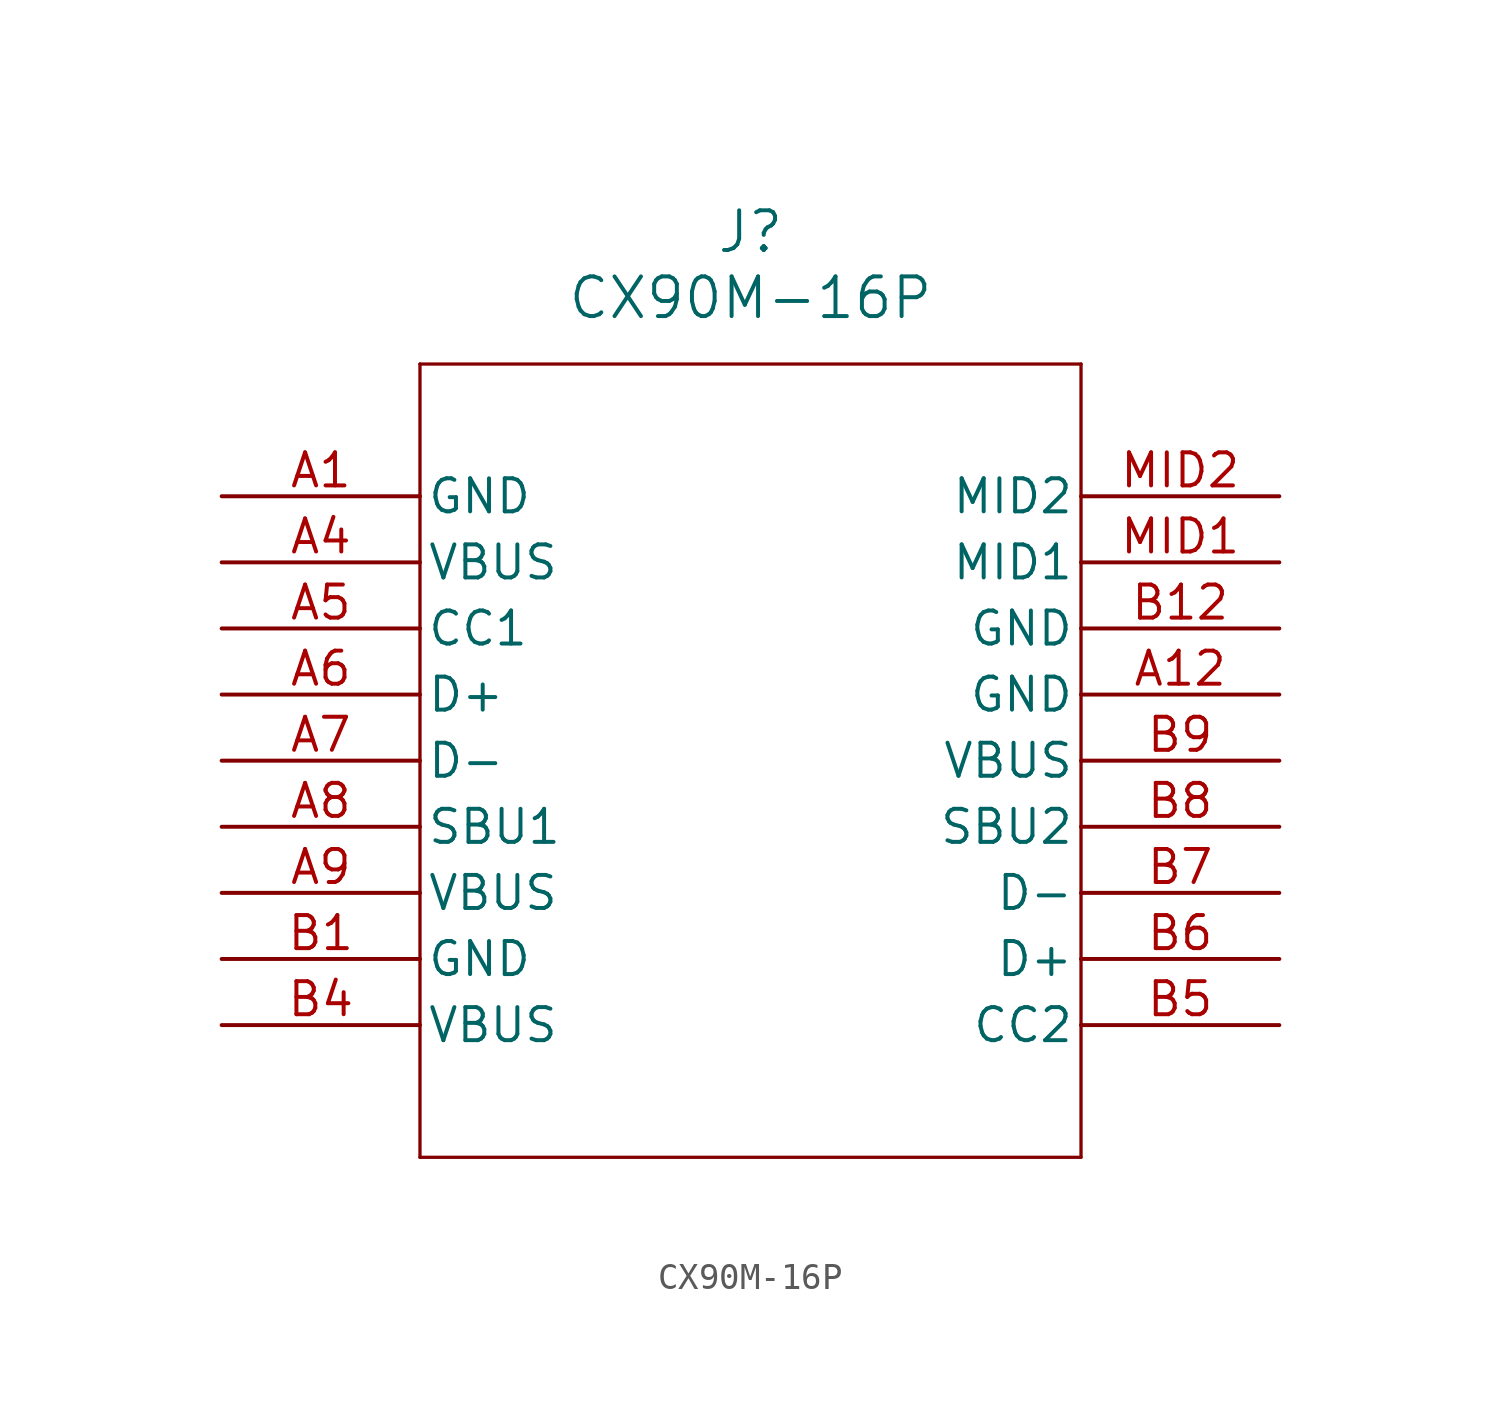
<source format=kicad_sym>
(kicad_symbol_lib
  (version 20211014)
  (generator kicad_symbol_editor)
  (symbol "CX90M-16P"
    (pin_names
      (offset 0.254))
    (property "Reference" "J"
      (at 20.32 10.16 0)
      (effects (font (size 1.524 1.524))))
    (property "Value" "CX90M-16P"
      (at 20.32 7.62 0)
      (effects (font (size 1.524 1.524))))
    (symbol "CX90M-16P_0_1"
      (polyline (pts (xy 7.62 5.08) (xy 7.62 -25.4)) (stroke (width 0.127) (type default) (color 0 0 0 0)) (fill (type none)))
      (polyline (pts (xy 7.62 -25.4) (xy 33.02 -25.4)) (stroke (width 0.127) (type default) (color 0 0 0 0)) (fill (type none)))
      (polyline (pts (xy 33.02 -25.4) (xy 33.02 5.08)) (stroke (width 0.127) (type default) (color 0 0 0 0)) (fill (type none)))
      (polyline (pts (xy 33.02 5.08) (xy 7.62 5.08)) (stroke (width 0.127) (type default) (color 0 0 0 0)) (fill (type none)))
      (pin power_out line (at 0 0 0) (length 7.62) (name "GND" (effects (font (size 1.27 1.27)))) (number "A1" (effects (font (size 1.27 1.27)))))
      (pin unspecified line (at 0 -2.54 0) (length 7.62) (name "VBUS" (effects (font (size 1.27 1.27)))) (number "A4" (effects (font (size 1.27 1.27)))))
      (pin bidirectional line (at 0 -5.08 0) (length 7.62) (name "CC1" (effects (font (size 1.27 1.27)))) (number "A5" (effects (font (size 1.27 1.27)))))
      (pin unspecified line (at 0 -7.62 0) (length 7.62) (name "D+" (effects (font (size 1.27 1.27)))) (number "A6" (effects (font (size 1.27 1.27)))))
      (pin bidirectional line (at 0 -10.16 0) (length 7.62) (name "D-" (effects (font (size 1.27 1.27)))) (number "A7" (effects (font (size 1.27 1.27)))))
      (pin bidirectional line (at 0 -12.7 0) (length 7.62) (name "SBU1" (effects (font (size 1.27 1.27)))) (number "A8" (effects (font (size 1.27 1.27)))))
      (pin unspecified line (at 0 -15.24 0) (length 7.62) (name "VBUS" (effects (font (size 1.27 1.27)))) (number "A9" (effects (font (size 1.27 1.27)))))
      (pin power_out line (at 0 -17.78 0) (length 7.62) (name "GND" (effects (font (size 1.27 1.27)))) (number "B1" (effects (font (size 1.27 1.27)))))
      (pin unspecified line (at 0 -20.32 0) (length 7.62) (name "VBUS" (effects (font (size 1.27 1.27)))) (number "B4" (effects (font (size 1.27 1.27)))))
      (pin bidirectional line (at 40.64 -20.32 180) (length 7.62) (name "CC2" (effects (font (size 1.27 1.27)))) (number "B5" (effects (font (size 1.27 1.27)))))
      (pin unspecified line (at 40.64 -17.78 180) (length 7.62) (name "D+" (effects (font (size 1.27 1.27)))) (number "B6" (effects (font (size 1.27 1.27)))))
      (pin bidirectional line (at 40.64 -15.24 180) (length 7.62) (name "D-" (effects (font (size 1.27 1.27)))) (number "B7" (effects (font (size 1.27 1.27)))))
      (pin bidirectional line (at 40.64 -12.7 180) (length 7.62) (name "SBU2" (effects (font (size 1.27 1.27)))) (number "B8" (effects (font (size 1.27 1.27)))))
      (pin unspecified line (at 40.64 -10.16 180) (length 7.62) (name "VBUS" (effects (font (size 1.27 1.27)))) (number "B9" (effects (font (size 1.27 1.27)))))
      (pin power_out line (at 40.64 -7.62 180) (length 7.62) (name "GND" (effects (font (size 1.27 1.27)))) (number "A12" (effects (font (size 1.27 1.27)))))
      (pin power_out line (at 40.64 -5.08 180) (length 7.62) (name "GND" (effects (font (size 1.27 1.27)))) (number "B12" (effects (font (size 1.27 1.27)))))
      (pin bidirectional line (at 40.64 -2.54 180) (length 7.62) (name "MID1" (effects (font (size 1.27 1.27)))) (number "MID1" (effects (font (size 1.27 1.27)))))
      (pin bidirectional line (at 40.64 0 180) (length 7.62) (name "MID2" (effects (font (size 1.27 1.27)))) (number "MID2" (effects (font (size 1.27 1.27))))))))
</source>
